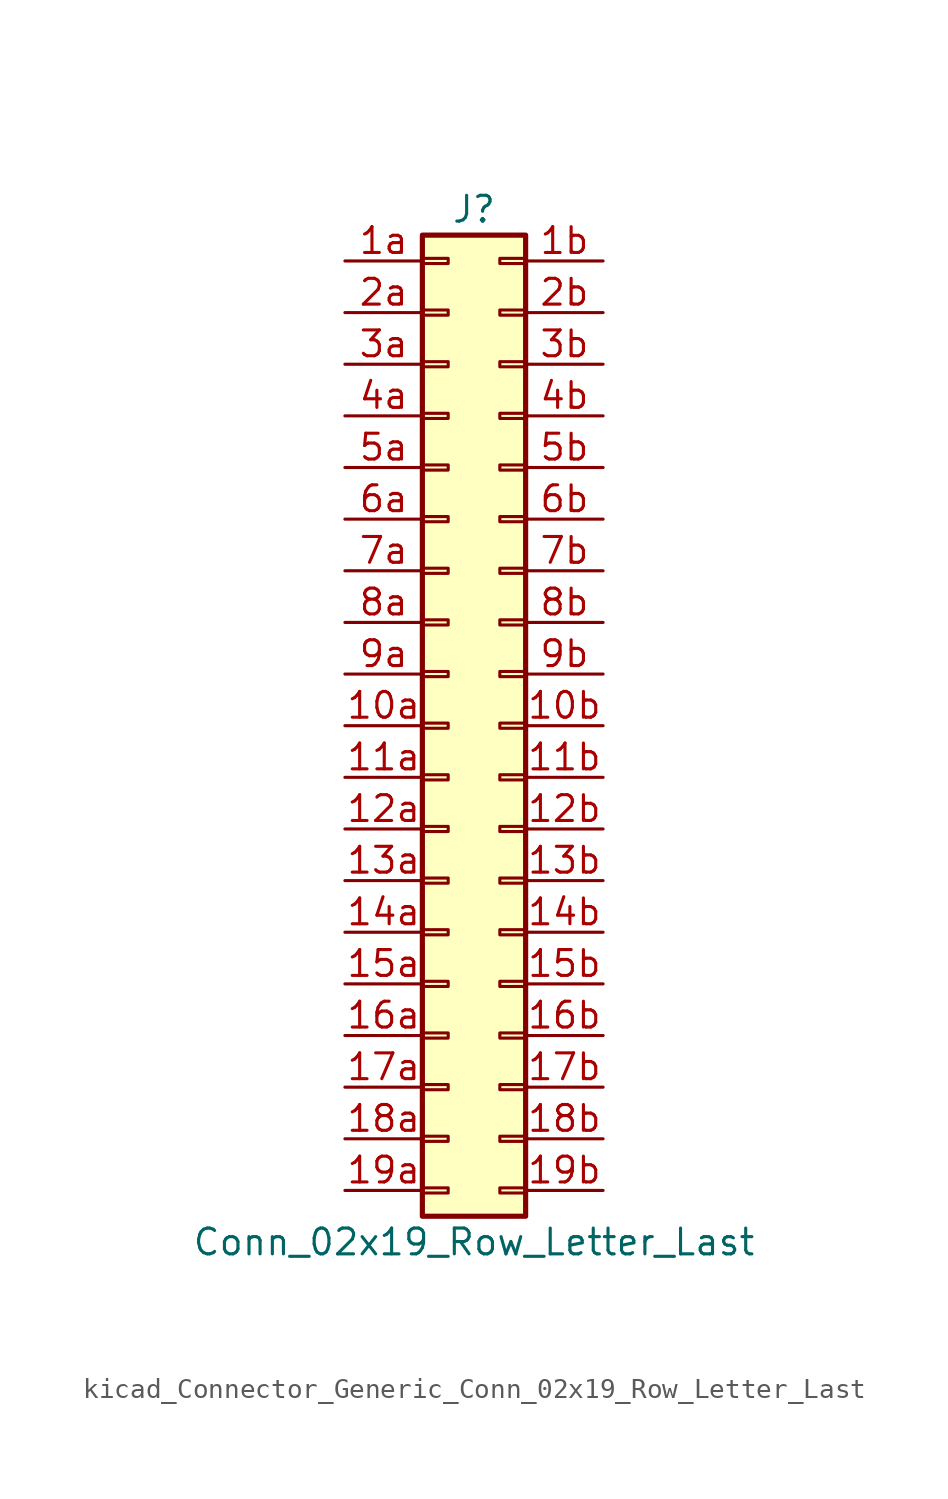
<source format=kicad_sym>
(kicad_symbol_lib
  (version 20220914)
  (generator kicad_symbol_editor)
  (symbol "kicad_Connector_Generic_Conn_02x19_Row_Letter_Last"
    (pin_names
      (offset 1.016) hide)
    (property "Reference" "J"
      (at 1.27 25.4 0)
      (effects (font (size 1.27 1.27))))
    (property "Value" "Conn_02x19_Row_Letter_Last"
      (at 1.27 -25.4 0)
      (effects (font (size 1.27 1.27))))
    (symbol "kicad_Connector_Generic_Conn_02x19_Row_Letter_Last_1_1"
      (rectangle (start -1.27 -22.733) (end 0 -22.987) (stroke (width 0.152) (type default)) (fill (type none)))
      (rectangle (start -1.27 -20.193) (end 0 -20.447) (stroke (width 0.152) (type default)) (fill (type none)))
      (rectangle (start -1.27 -17.653) (end 0 -17.907) (stroke (width 0.152) (type default)) (fill (type none)))
      (rectangle (start -1.27 -15.113) (end 0 -15.367) (stroke (width 0.152) (type default)) (fill (type none)))
      (rectangle (start -1.27 -12.573) (end 0 -12.827) (stroke (width 0.152) (type default)) (fill (type none)))
      (rectangle (start -1.27 -10.033) (end 0 -10.287) (stroke (width 0.152) (type default)) (fill (type none)))
      (rectangle (start -1.27 -7.493) (end 0 -7.747) (stroke (width 0.152) (type default)) (fill (type none)))
      (rectangle (start -1.27 -4.953) (end 0 -5.207) (stroke (width 0.152) (type default)) (fill (type none)))
      (rectangle (start -1.27 -2.413) (end 0 -2.667) (stroke (width 0.152) (type default)) (fill (type none)))
      (rectangle (start -1.27 0.127) (end 0 -0.127) (stroke (width 0.152) (type default)) (fill (type none)))
      (rectangle (start -1.27 2.667) (end 0 2.413) (stroke (width 0.152) (type default)) (fill (type none)))
      (rectangle (start -1.27 5.207) (end 0 4.953) (stroke (width 0.152) (type default)) (fill (type none)))
      (rectangle (start -1.27 7.747) (end 0 7.493) (stroke (width 0.152) (type default)) (fill (type none)))
      (rectangle (start -1.27 10.287) (end 0 10.033) (stroke (width 0.152) (type default)) (fill (type none)))
      (rectangle (start -1.27 12.827) (end 0 12.573) (stroke (width 0.152) (type default)) (fill (type none)))
      (rectangle (start -1.27 15.367) (end 0 15.113) (stroke (width 0.152) (type default)) (fill (type none)))
      (rectangle (start -1.27 17.907) (end 0 17.653) (stroke (width 0.152) (type default)) (fill (type none)))
      (rectangle (start -1.27 20.447) (end 0 20.193) (stroke (width 0.152) (type default)) (fill (type none)))
      (rectangle (start -1.27 22.987) (end 0 22.733) (stroke (width 0.152) (type default)) (fill (type none)))
      (rectangle (start -1.27 24.13) (end 3.81 -24.13) (stroke (width 0.254) (type default)) (fill (type background)))
      (rectangle (start 3.81 -22.733) (end 2.54 -22.987) (stroke (width 0.152) (type default)) (fill (type none)))
      (rectangle (start 3.81 -20.193) (end 2.54 -20.447) (stroke (width 0.152) (type default)) (fill (type none)))
      (rectangle (start 3.81 -17.653) (end 2.54 -17.907) (stroke (width 0.152) (type default)) (fill (type none)))
      (rectangle (start 3.81 -15.113) (end 2.54 -15.367) (stroke (width 0.152) (type default)) (fill (type none)))
      (rectangle (start 3.81 -12.573) (end 2.54 -12.827) (stroke (width 0.152) (type default)) (fill (type none)))
      (rectangle (start 3.81 -10.033) (end 2.54 -10.287) (stroke (width 0.152) (type default)) (fill (type none)))
      (rectangle (start 3.81 -7.493) (end 2.54 -7.747) (stroke (width 0.152) (type default)) (fill (type none)))
      (rectangle (start 3.81 -4.953) (end 2.54 -5.207) (stroke (width 0.152) (type default)) (fill (type none)))
      (rectangle (start 3.81 -2.413) (end 2.54 -2.667) (stroke (width 0.152) (type default)) (fill (type none)))
      (rectangle (start 3.81 0.127) (end 2.54 -0.127) (stroke (width 0.152) (type default)) (fill (type none)))
      (rectangle (start 3.81 2.667) (end 2.54 2.413) (stroke (width 0.152) (type default)) (fill (type none)))
      (rectangle (start 3.81 5.207) (end 2.54 4.953) (stroke (width 0.152) (type default)) (fill (type none)))
      (rectangle (start 3.81 7.747) (end 2.54 7.493) (stroke (width 0.152) (type default)) (fill (type none)))
      (rectangle (start 3.81 10.287) (end 2.54 10.033) (stroke (width 0.152) (type default)) (fill (type none)))
      (rectangle (start 3.81 12.827) (end 2.54 12.573) (stroke (width 0.152) (type default)) (fill (type none)))
      (rectangle (start 3.81 15.367) (end 2.54 15.113) (stroke (width 0.152) (type default)) (fill (type none)))
      (rectangle (start 3.81 17.907) (end 2.54 17.653) (stroke (width 0.152) (type default)) (fill (type none)))
      (rectangle (start 3.81 20.447) (end 2.54 20.193) (stroke (width 0.152) (type default)) (fill (type none)))
      (rectangle (start 3.81 22.987) (end 2.54 22.733) (stroke (width 0.152) (type default)) (fill (type none)))
      (pin passive line (at -5.08 0 0) (length 3.81) (name "Pin_10a" (effects (font (size 1.27 1.27)))) (number "10a" (effects (font (size 1.27 1.27)))))
      (pin passive line (at 7.62 0 180) (length 3.81) (name "Pin_10b" (effects (font (size 1.27 1.27)))) (number "10b" (effects (font (size 1.27 1.27)))))
      (pin passive line (at -5.08 -2.54 0) (length 3.81) (name "Pin_11a" (effects (font (size 1.27 1.27)))) (number "11a" (effects (font (size 1.27 1.27)))))
      (pin passive line (at 7.62 -2.54 180) (length 3.81) (name "Pin_11b" (effects (font (size 1.27 1.27)))) (number "11b" (effects (font (size 1.27 1.27)))))
      (pin passive line (at -5.08 -5.08 0) (length 3.81) (name "Pin_12a" (effects (font (size 1.27 1.27)))) (number "12a" (effects (font (size 1.27 1.27)))))
      (pin passive line (at 7.62 -5.08 180) (length 3.81) (name "Pin_12b" (effects (font (size 1.27 1.27)))) (number "12b" (effects (font (size 1.27 1.27)))))
      (pin passive line (at -5.08 -7.62 0) (length 3.81) (name "Pin_13a" (effects (font (size 1.27 1.27)))) (number "13a" (effects (font (size 1.27 1.27)))))
      (pin passive line (at 7.62 -7.62 180) (length 3.81) (name "Pin_13b" (effects (font (size 1.27 1.27)))) (number "13b" (effects (font (size 1.27 1.27)))))
      (pin passive line (at -5.08 -10.16 0) (length 3.81) (name "Pin_14a" (effects (font (size 1.27 1.27)))) (number "14a" (effects (font (size 1.27 1.27)))))
      (pin passive line (at 7.62 -10.16 180) (length 3.81) (name "Pin_14b" (effects (font (size 1.27 1.27)))) (number "14b" (effects (font (size 1.27 1.27)))))
      (pin passive line (at -5.08 -12.7 0) (length 3.81) (name "Pin_15a" (effects (font (size 1.27 1.27)))) (number "15a" (effects (font (size 1.27 1.27)))))
      (pin passive line (at 7.62 -12.7 180) (length 3.81) (name "Pin_15b" (effects (font (size 1.27 1.27)))) (number "15b" (effects (font (size 1.27 1.27)))))
      (pin passive line (at -5.08 -15.24 0) (length 3.81) (name "Pin_16a" (effects (font (size 1.27 1.27)))) (number "16a" (effects (font (size 1.27 1.27)))))
      (pin passive line (at 7.62 -15.24 180) (length 3.81) (name "Pin_16b" (effects (font (size 1.27 1.27)))) (number "16b" (effects (font (size 1.27 1.27)))))
      (pin passive line (at -5.08 -17.78 0) (length 3.81) (name "Pin_17a" (effects (font (size 1.27 1.27)))) (number "17a" (effects (font (size 1.27 1.27)))))
      (pin passive line (at 7.62 -17.78 180) (length 3.81) (name "Pin_17b" (effects (font (size 1.27 1.27)))) (number "17b" (effects (font (size 1.27 1.27)))))
      (pin passive line (at -5.08 -20.32 0) (length 3.81) (name "Pin_18a" (effects (font (size 1.27 1.27)))) (number "18a" (effects (font (size 1.27 1.27)))))
      (pin passive line (at 7.62 -20.32 180) (length 3.81) (name "Pin_18b" (effects (font (size 1.27 1.27)))) (number "18b" (effects (font (size 1.27 1.27)))))
      (pin passive line (at -5.08 -22.86 0) (length 3.81) (name "Pin_19a" (effects (font (size 1.27 1.27)))) (number "19a" (effects (font (size 1.27 1.27)))))
      (pin passive line (at 7.62 -22.86 180) (length 3.81) (name "Pin_19b" (effects (font (size 1.27 1.27)))) (number "19b" (effects (font (size 1.27 1.27)))))
      (pin passive line (at -5.08 22.86 0) (length 3.81) (name "Pin_1a" (effects (font (size 1.27 1.27)))) (number "1a" (effects (font (size 1.27 1.27)))))
      (pin passive line (at 7.62 22.86 180) (length 3.81) (name "Pin_1b" (effects (font (size 1.27 1.27)))) (number "1b" (effects (font (size 1.27 1.27)))))
      (pin passive line (at -5.08 20.32 0) (length 3.81) (name "Pin_2a" (effects (font (size 1.27 1.27)))) (number "2a" (effects (font (size 1.27 1.27)))))
      (pin passive line (at 7.62 20.32 180) (length 3.81) (name "Pin_2b" (effects (font (size 1.27 1.27)))) (number "2b" (effects (font (size 1.27 1.27)))))
      (pin passive line (at -5.08 17.78 0) (length 3.81) (name "Pin_3a" (effects (font (size 1.27 1.27)))) (number "3a" (effects (font (size 1.27 1.27)))))
      (pin passive line (at 7.62 17.78 180) (length 3.81) (name "Pin_3b" (effects (font (size 1.27 1.27)))) (number "3b" (effects (font (size 1.27 1.27)))))
      (pin passive line (at -5.08 15.24 0) (length 3.81) (name "Pin_4a" (effects (font (size 1.27 1.27)))) (number "4a" (effects (font (size 1.27 1.27)))))
      (pin passive line (at 7.62 15.24 180) (length 3.81) (name "Pin_4b" (effects (font (size 1.27 1.27)))) (number "4b" (effects (font (size 1.27 1.27)))))
      (pin passive line (at -5.08 12.7 0) (length 3.81) (name "Pin_5a" (effects (font (size 1.27 1.27)))) (number "5a" (effects (font (size 1.27 1.27)))))
      (pin passive line (at 7.62 12.7 180) (length 3.81) (name "Pin_5b" (effects (font (size 1.27 1.27)))) (number "5b" (effects (font (size 1.27 1.27)))))
      (pin passive line (at -5.08 10.16 0) (length 3.81) (name "Pin_6a" (effects (font (size 1.27 1.27)))) (number "6a" (effects (font (size 1.27 1.27)))))
      (pin passive line (at 7.62 10.16 180) (length 3.81) (name "Pin_6b" (effects (font (size 1.27 1.27)))) (number "6b" (effects (font (size 1.27 1.27)))))
      (pin passive line (at -5.08 7.62 0) (length 3.81) (name "Pin_7a" (effects (font (size 1.27 1.27)))) (number "7a" (effects (font (size 1.27 1.27)))))
      (pin passive line (at 7.62 7.62 180) (length 3.81) (name "Pin_7b" (effects (font (size 1.27 1.27)))) (number "7b" (effects (font (size 1.27 1.27)))))
      (pin passive line (at -5.08 5.08 0) (length 3.81) (name "Pin_8a" (effects (font (size 1.27 1.27)))) (number "8a" (effects (font (size 1.27 1.27)))))
      (pin passive line (at 7.62 5.08 180) (length 3.81) (name "Pin_8b" (effects (font (size 1.27 1.27)))) (number "8b" (effects (font (size 1.27 1.27)))))
      (pin passive line (at -5.08 2.54 0) (length 3.81) (name "Pin_9a" (effects (font (size 1.27 1.27)))) (number "9a" (effects (font (size 1.27 1.27)))))
      (pin passive line (at 7.62 2.54 180) (length 3.81) (name "Pin_9b" (effects (font (size 1.27 1.27)))) (number "9b" (effects (font (size 1.27 1.27))))))))
</source>
